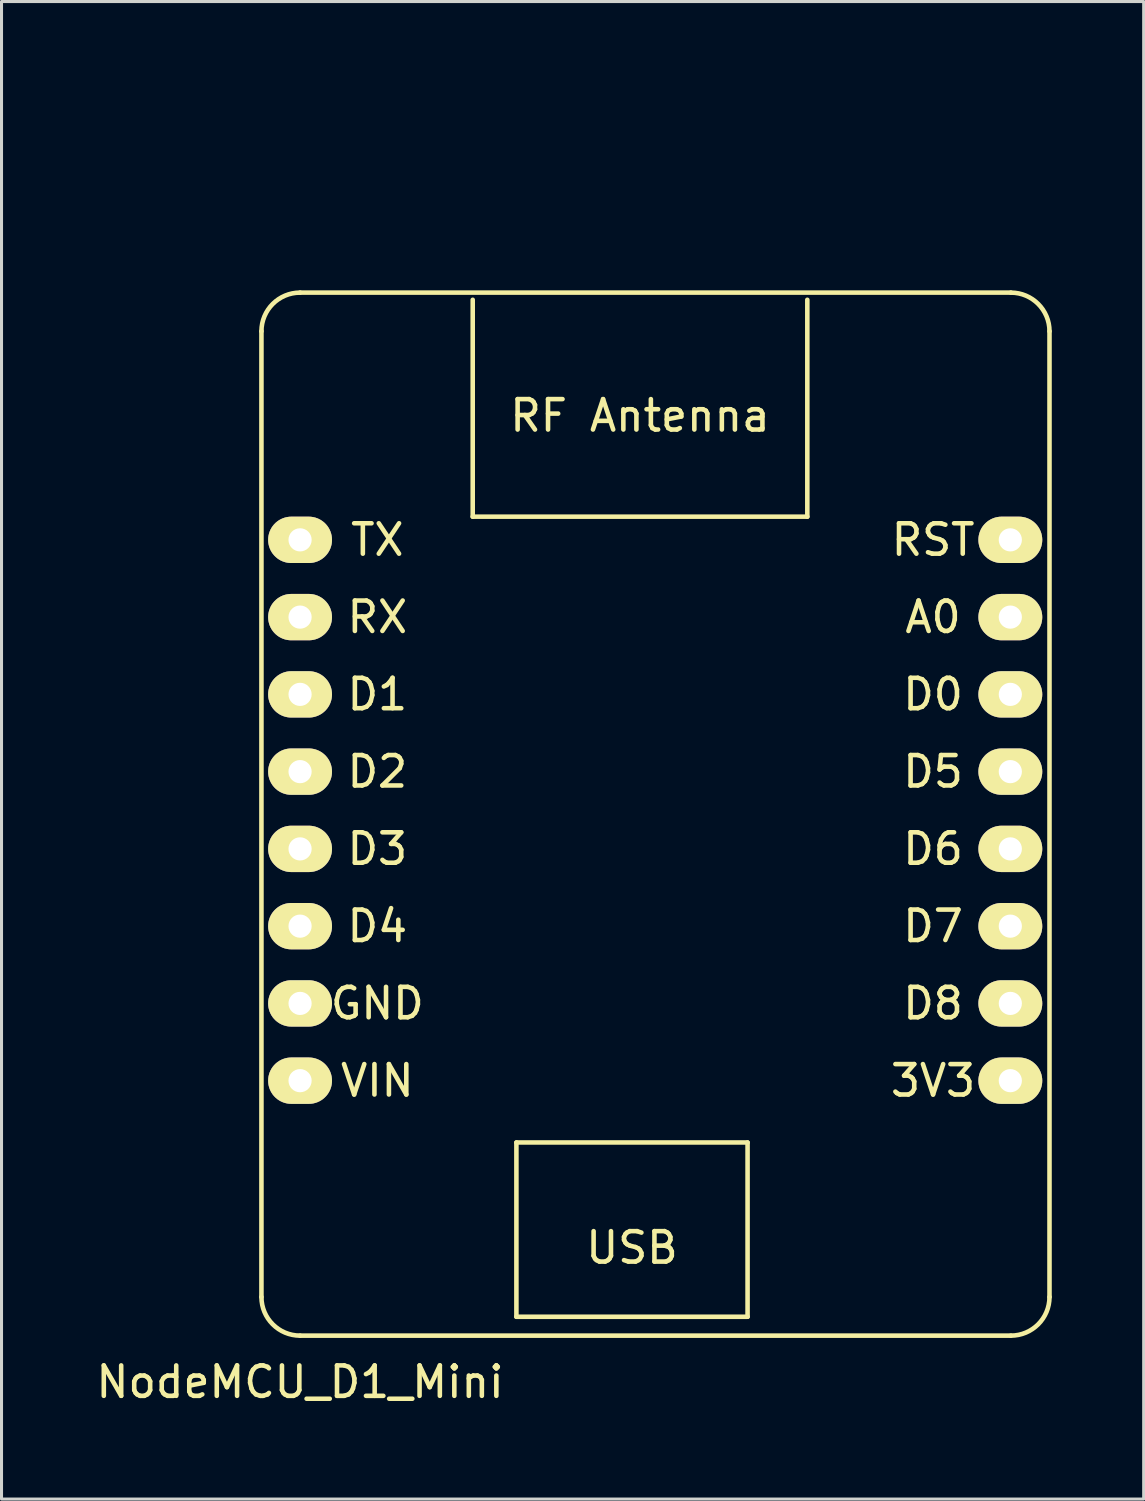
<source format=kicad_pcb>
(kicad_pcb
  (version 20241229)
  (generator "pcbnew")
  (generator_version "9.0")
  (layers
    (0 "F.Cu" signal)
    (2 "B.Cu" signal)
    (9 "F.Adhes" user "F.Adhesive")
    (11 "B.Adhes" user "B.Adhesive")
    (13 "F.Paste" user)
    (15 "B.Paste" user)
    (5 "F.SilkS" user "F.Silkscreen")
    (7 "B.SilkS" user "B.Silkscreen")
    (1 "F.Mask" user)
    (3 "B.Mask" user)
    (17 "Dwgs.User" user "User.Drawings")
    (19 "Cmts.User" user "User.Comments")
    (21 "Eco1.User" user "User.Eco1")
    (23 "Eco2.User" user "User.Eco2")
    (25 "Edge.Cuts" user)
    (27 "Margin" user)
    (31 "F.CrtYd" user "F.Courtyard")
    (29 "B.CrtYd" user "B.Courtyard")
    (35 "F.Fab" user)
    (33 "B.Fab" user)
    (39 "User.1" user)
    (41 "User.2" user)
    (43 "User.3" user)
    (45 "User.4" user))
  (footprint "NodeMCU_D1_Mini"
    (layer "F.Cu")
    (at 6.815 14.698)
    (property "Reference" "NodeMCU_D1_Mini" (at 0 27.686 0) (layer "F.SilkS") (effects (font (size 1 1) (thickness 0.15))))
    (attr through_hole)
    (fp_line (start -1.27 -6.858) (end -1.27 24.892) (stroke (width 0.15) (type solid)) (layer "F.SilkS"))
    (fp_line (start 5.676 -0.762) (end 5.676 -7.892) (stroke (width 0.15) (type solid)) (layer "F.SilkS"))
    (fp_line (start 7.112 19.812) (end 14.712 19.812) (stroke (width 0.15) (type solid)) (layer "F.SilkS"))
    (fp_line (start 7.112 25.542) (end 7.112 19.812) (stroke (width 0.15) (type solid)) (layer "F.SilkS"))
    (fp_line (start 14.712 19.812) (end 14.712 25.542) (stroke (width 0.15) (type solid)) (layer "F.SilkS"))
    (fp_line (start 14.712 25.542) (end 7.112 25.542) (stroke (width 0.15) (type solid)) (layer "F.SilkS"))
    (fp_line (start 16.676 -7.892) (end 16.676 -0.762) (stroke (width 0.15) (type solid)) (layer "F.SilkS"))
    (fp_line (start 16.676 -0.762) (end 5.676 -0.762) (stroke (width 0.15) (type solid)) (layer "F.SilkS"))
    (fp_line (start 23.368 -8.128) (end 0 -8.128) (stroke (width 0.15) (type solid)) (layer "F.SilkS"))
    (fp_line (start 23.368 26.162) (end 0 26.162) (stroke (width 0.15) (type solid)) (layer "F.SilkS"))
    (fp_line (start 24.638 -6.858) (end 24.638 24.892) (stroke (width 0.15) (type solid)) (layer "F.SilkS"))
    (fp_arc (start -1.269999 -6.857999) (mid -0.898025 -7.756025) (end 0.000001 -8.127999) (stroke (width 0.15) (type solid)) (layer "F.SilkS"))
    (fp_arc (start 0 26.161999) (mid -0.898026 25.790025) (end -1.27 24.891999) (stroke (width 0.15) (type solid)) (layer "F.SilkS"))
    (fp_arc (start 23.368 -8.128) (mid 24.266026 -7.756026) (end 24.638 -6.858) (stroke (width 0.15) (type solid)) (layer "F.SilkS"))
    (fp_arc (start 24.638 24.892) (mid 24.266026 25.790026) (end 23.368 26.162) (stroke (width 0.15) (type solid)) (layer "F.SilkS"))
    (fp_rect (start -1.316 -8.128) (end 24.684 26.122) (stroke (width 0.1) (type default)) (fill no) (layer "Margin"))
    (fp_text user "D8" (at 20.81 15.24 0) (layer "F.SilkS") (effects (font (size 1 1) (thickness 0.15))))
    (fp_text user "D5" (at 20.81 7.62 0) (layer "F.SilkS") (effects (font (size 1 1) (thickness 0.15))))
    (fp_text user "USB" (at 10.912 23.272 0) (layer "F.SilkS") (effects (font (size 1 1) (thickness 0.15))))
    (fp_text user "TX" (at 2.54 0 0) (layer "F.SilkS") (effects (font (size 1 1) (thickness 0.15))))
    (fp_text user "D0" (at 20.81 5.08 0) (layer "F.SilkS") (effects (font (size 1 1) (thickness 0.15))))
    (fp_text user "GND" (at 2.54 15.24 0) (layer "F.SilkS") (effects (font (size 1 1) (thickness 0.15))))
    (fp_text user "VIN" (at 2.54 17.78 0) (layer "F.SilkS") (effects (font (size 1 1) (thickness 0.15))))
    (fp_text user "D4" (at 2.54 12.7 0) (layer "F.SilkS") (effects (font (size 1 1) (thickness 0.15))))
    (fp_text user "D3" (at 2.54 10.16 0) (layer "F.SilkS") (effects (font (size 1 1) (thickness 0.15))))
    (fp_text user "RX" (at 2.54 2.54 0) (layer "F.SilkS") (effects (font (size 1 1) (thickness 0.15))))
    (fp_text user "D2" (at 2.54 7.62 0) (layer "F.SilkS") (effects (font (size 1 1) (thickness 0.15))))
    (fp_text user "D1" (at 2.54 5.08 0) (layer "F.SilkS") (effects (font (size 1 1) (thickness 0.15))))
    (fp_text user "RST" (at 20.81 0 0) (layer "F.SilkS") (effects (font (size 1 1) (thickness 0.15))))
    (fp_text user "RF Antenna" (at 11.176 -4.082 0) (layer "F.SilkS") (effects (font (size 1 1) (thickness 0.15))))
    (fp_text user "D7" (at 20.81 12.7 0) (layer "F.SilkS") (effects (font (size 1 1) (thickness 0.15))))
    (fp_text user "D6" (at 20.81 10.16 0) (layer "F.SilkS") (effects (font (size 1 1) (thickness 0.15))))
    (fp_text user "3V3" (at 20.81 17.78 0) (layer "F.SilkS") (effects (font (size 1 1) (thickness 0.15))))
    (fp_text user "A0" (at 20.81 2.54 0) (layer "F.SilkS") (effects (font (size 1 1) (thickness 0.15))))
    (dimension (type aligned) (layer "User.1") (pts (xy 6.815 14.698) (xy 30.165 14.698)) (height -12.7) (format (prefix "") (suffix "") (units 3) (units_format 1) (precision 4)) (style (thickness 0.1) (arrow_length 1.27) (text_position_mode 0) (arrow_direction outward) (extension_height 0.586) (extension_offset 0.5) (keep_text_aligned yes)) (gr_text "23.3500 mm" (at 18.49 0.848 0) (layer "User.1") (effects (font (size 1 1) (thickness 0.15)))))
    (pad "2" thru_hole oval (at 0 15.24) (size 2.1 1.524) (drill 0.762) (layers "*.Cu" "*.Mask" "F.SilkS"))
    (pad "3" thru_hole oval (at 0 0) (size 2.1 1.524) (drill 0.762) (layers "*.Cu" "*.Mask" "F.SilkS"))
    (pad "4" thru_hole oval (at 0 2.54) (size 2.1 1.524) (drill 0.762) (layers "*.Cu" "*.Mask" "F.SilkS"))
    (pad "5" thru_hole oval (at 23.35 15.24) (size 2.1 1.524) (drill 0.762) (layers "*.Cu" "*.Mask" "F.SilkS"))
    (pad "6" thru_hole oval (at 23.35 12.7) (size 2.1 1.524) (drill 0.762) (layers "*.Cu" "*.Mask" "F.SilkS"))
    (pad "7" thru_hole oval (at 23.35 10.16) (size 2.1 1.524) (drill 0.762) (layers "*.Cu" "*.Mask" "F.SilkS"))
    (pad "8" thru_hole oval (at 23.35 7.62) (size 2.1 1.524) (drill 0.762) (layers "*.Cu" "*.Mask" "F.SilkS"))
    (pad "11" thru_hole oval (at 0 12.7) (size 2.1 1.524) (drill 0.762) (layers "*.Cu" "*.Mask" "F.SilkS"))
    (pad "12" thru_hole oval (at 0 10.16) (size 2.1 1.524) (drill 0.762) (layers "*.Cu" "*.Mask" "F.SilkS"))
    (pad "13" thru_hole oval (at 0 7.62) (size 2.1 1.524) (drill 0.762) (layers "*.Cu" "*.Mask" "F.SilkS"))
    (pad "14" thru_hole oval (at 0 5.08) (size 2.1 1.524) (drill 0.762) (layers "*.Cu" "*.Mask" "F.SilkS"))
    (pad "15" thru_hole oval (at 23.35 5.08) (size 2.1 1.524) (drill 0.762) (layers "*.Cu" "*.Mask" "F.SilkS"))
    (pad "16" thru_hole oval (at 23.35 2.54) (size 2.1 1.524) (drill 0.762) (layers "*.Cu" "*.Mask" "F.SilkS"))
    (pad "26" thru_hole oval (at 23.35 17.78) (size 2.1 1.524) (drill 0.762) (layers "*.Cu" "*.Mask" "F.SilkS"))
    (pad "28" thru_hole oval (at 23.35 0) (size 2.1 1.524) (drill 0.762) (layers "*.Cu" "*.Mask" "F.SilkS"))
    (pad "30" thru_hole oval (at 0 17.78) (size 2.1 1.524) (drill 0.762) (layers "*.Cu" "*.Mask" "F.SilkS")))
  (gr_rect
    (start -3 -3)
    (end 34.549 46.233)
    (stroke (width 0.1) (type default))
    (fill no)
    (layer "Edge.Cuts")))
</source>
